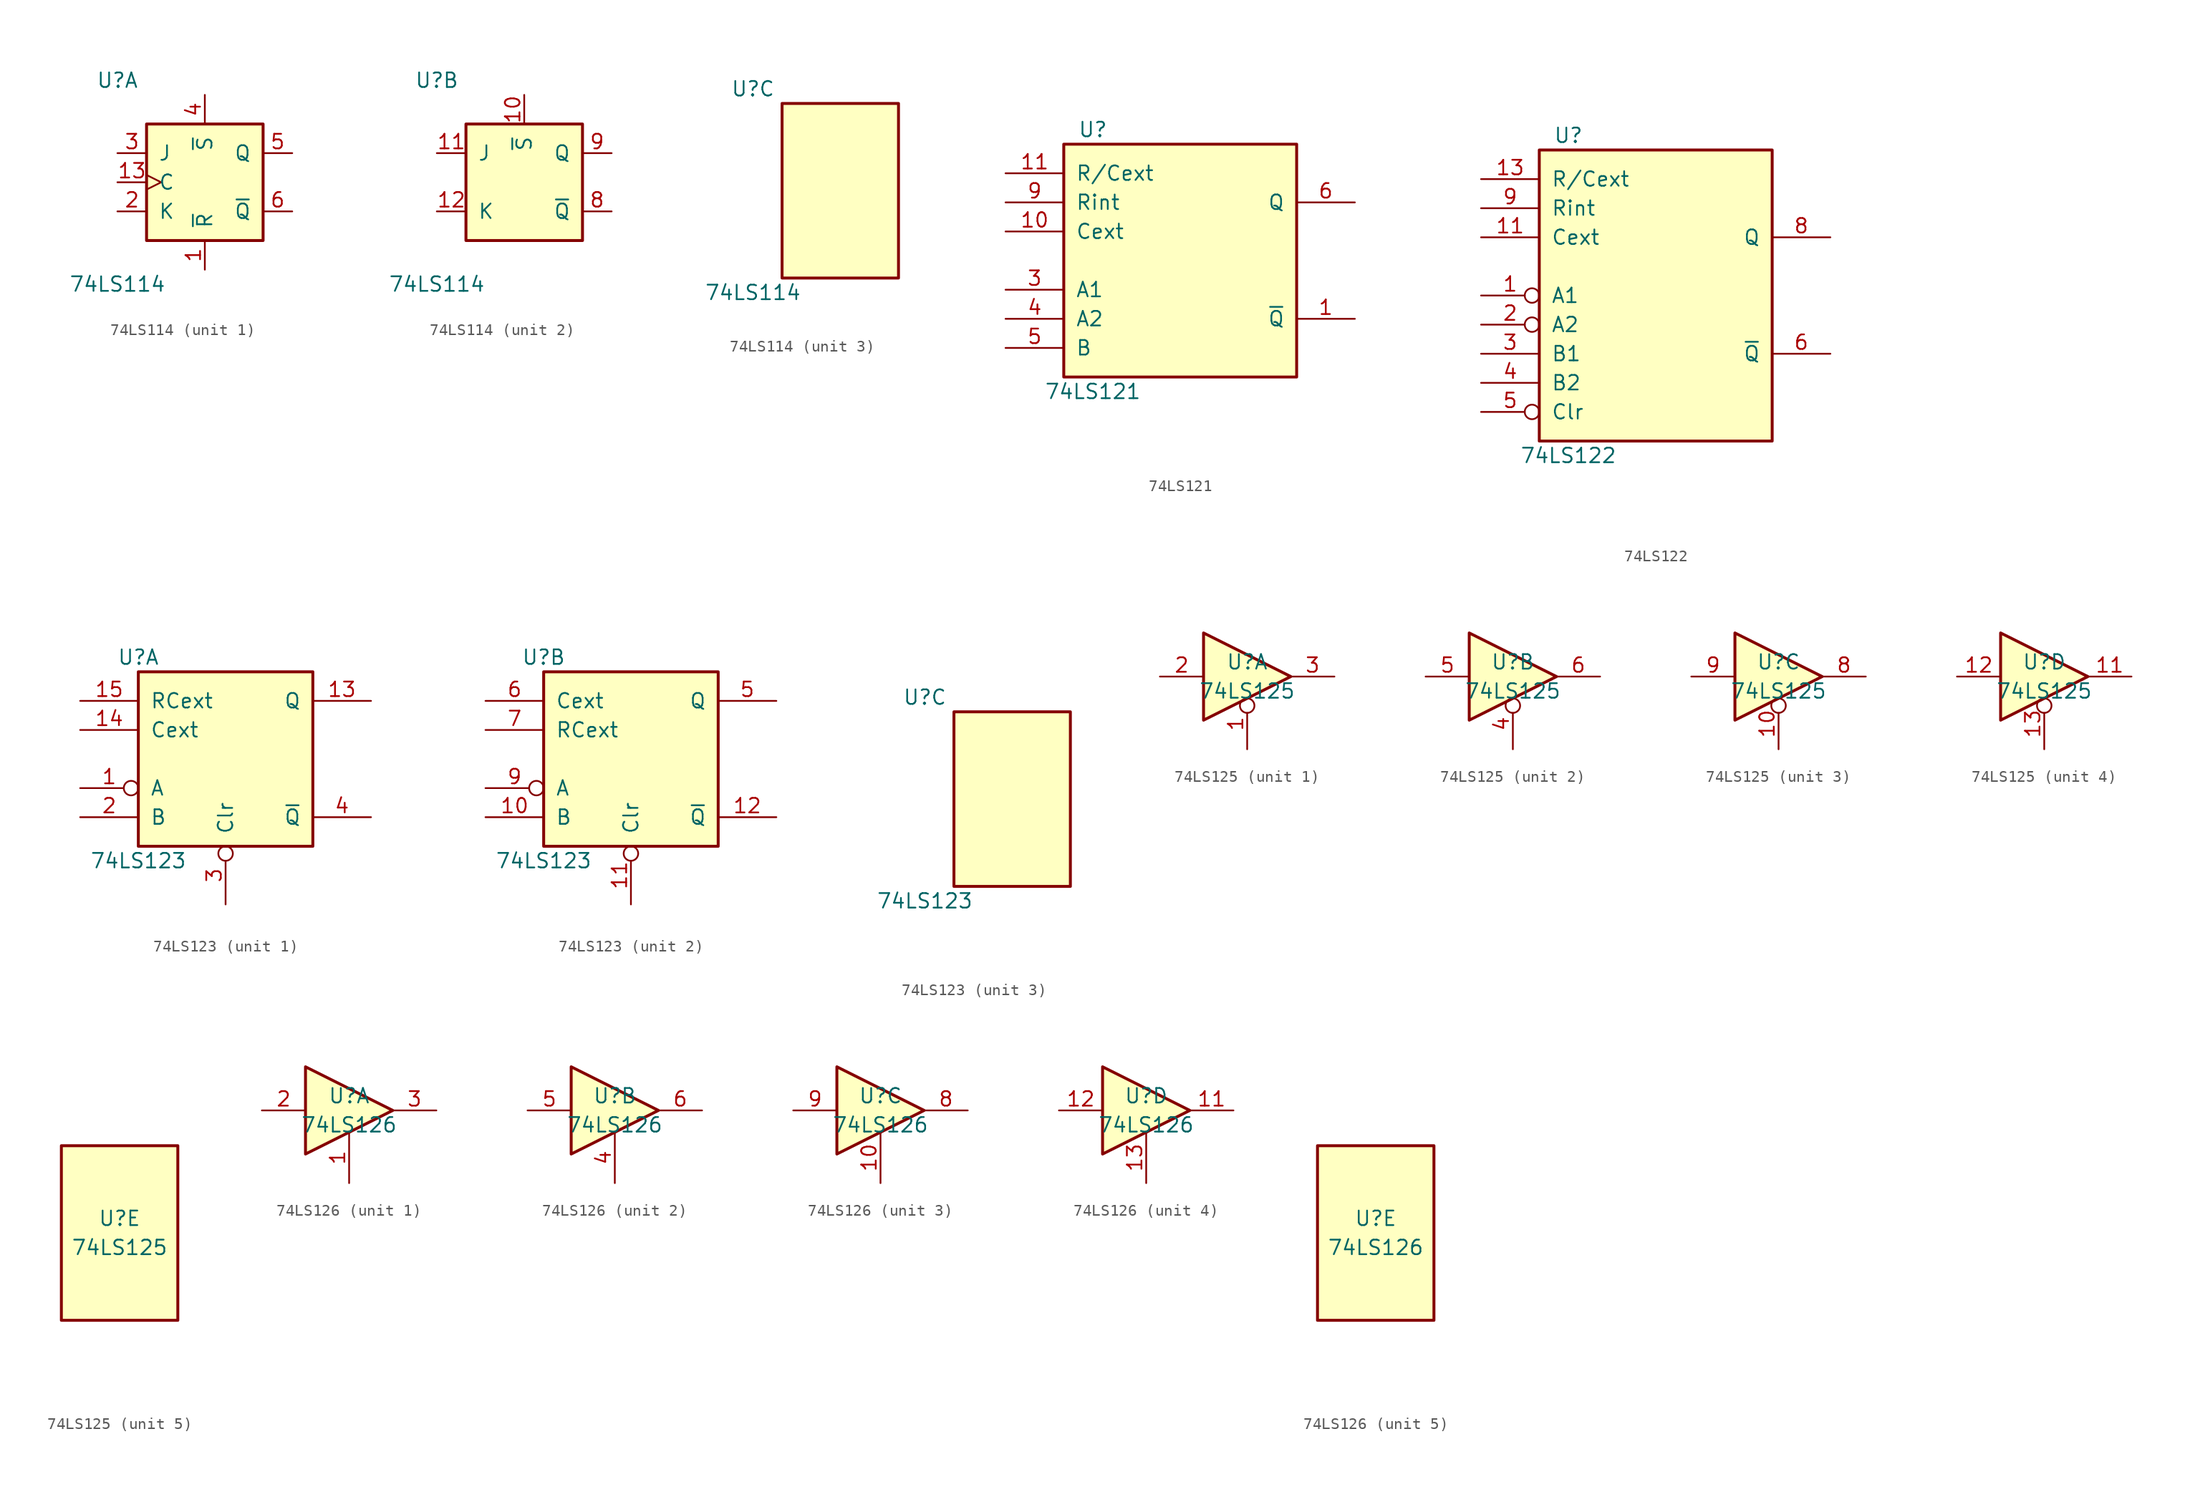
<source format=kicad_sym>
(kicad_symbol_lib
  (version 20231120)
  (generator "kicad_symbol_editor")
  (generator_version "8.0")
  (symbol "74LS114"
    (pin_names
      (offset 1.016))
    (property "Reference" "U"
      (at -7.62 8.89 0)
      (effects (font (size 1.27 1.27))))
    (property "Value" "74LS114"
      (at -7.62 -8.89 0)
      (effects (font (size 1.27 1.27))))
    (property "ki_locked" ""
      (at 0 0 0)
      (effects (font (size 1.27 1.27))))
    (symbol "74LS114_1_0"
      (pin input line (at 0 -7.62 90) (length 2.54) (name "~{R}" (effects (font (size 1.27 1.27)))) (number "1" (effects (font (size 1.27 1.27)))))
      (pin input clock (at -7.62 0 0) (length 2.54) (name "C" (effects (font (size 1.27 1.27)))) (number "13" (effects (font (size 1.27 1.27)))))
      (pin input line (at -7.62 -2.54 0) (length 2.54) (name "K" (effects (font (size 1.27 1.27)))) (number "2" (effects (font (size 1.27 1.27)))))
      (pin input line (at -7.62 2.54 0) (length 2.54) (name "J" (effects (font (size 1.27 1.27)))) (number "3" (effects (font (size 1.27 1.27)))))
      (pin input line (at 0 7.62 270) (length 2.54) (name "~{S}" (effects (font (size 1.27 1.27)))) (number "4" (effects (font (size 1.27 1.27)))))
      (pin output line (at 7.62 2.54 180) (length 2.54) (name "Q" (effects (font (size 1.27 1.27)))) (number "5" (effects (font (size 1.27 1.27)))))
      (pin output line (at 7.62 -2.54 180) (length 2.54) (name "~{Q}" (effects (font (size 1.27 1.27)))) (number "6" (effects (font (size 1.27 1.27))))))
    (symbol "74LS114_1_1"
      (rectangle (start -5.08 5.08) (end 5.08 -5.08) (stroke (width 0.254) (type default)) (fill (type background))))
    (symbol "74LS114_2_0"
      (pin input line (at 0 7.62 270) (length 2.54) (name "~{S}" (effects (font (size 1.27 1.27)))) (number "10" (effects (font (size 1.27 1.27)))))
      (pin input line (at -7.62 2.54 0) (length 2.54) (name "J" (effects (font (size 1.27 1.27)))) (number "11" (effects (font (size 1.27 1.27)))))
      (pin input line (at -7.62 -2.54 0) (length 2.54) (name "K" (effects (font (size 1.27 1.27)))) (number "12" (effects (font (size 1.27 1.27)))))
      (pin output line (at 7.62 -2.54 180) (length 2.54) (name "~{Q}" (effects (font (size 1.27 1.27)))) (number "8" (effects (font (size 1.27 1.27)))))
      (pin output line (at 7.62 2.54 180) (length 2.54) (name "Q" (effects (font (size 1.27 1.27)))) (number "9" (effects (font (size 1.27 1.27))))))
    (symbol "74LS114_2_1"
      (rectangle (start -5.08 5.08) (end 5.08 -5.08) (stroke (width 0.254) (type default)) (fill (type background))))
    (symbol "74LS114_3_0"
      (pin input line (at 0 10.16 270) (length 2.54) hide (name "VCC" (effects (font (size 1.27 1.27)))) (number "14" (effects (font (size 1.27 1.27)))))
      (pin input line (at 0 -10.16 90) (length 2.54) hide (name "GND" (effects (font (size 1.27 1.27)))) (number "7" (effects (font (size 1.27 1.27))))))
    (symbol "74LS114_3_1"
      (rectangle (start -5.08 7.62) (end 5.08 -7.62) (stroke (width 0.254) (type default)) (fill (type background)))))
  (symbol "74LS121"
    (pin_names
      (offset 1.016))
    (property "Reference" "U"
      (at -7.62 11.43 0)
      (effects (font (size 1.27 1.27))))
    (property "Value" "74LS121"
      (at -7.62 -11.43 0)
      (effects (font (size 1.27 1.27))))
    (property "ki_locked" ""
      (at 0 0 0)
      (effects (font (size 1.27 1.27))))
    (symbol "74LS121_1_0"
      (pin output line (at 15.24 -5.08 180) (length 5.08) (name "~{Q}" (effects (font (size 1.27 1.27)))) (number "1" (effects (font (size 1.27 1.27)))))
      (pin input line (at -15.24 2.54 0) (length 5.08) (name "Cext" (effects (font (size 1.27 1.27)))) (number "10" (effects (font (size 1.27 1.27)))))
      (pin input line (at -15.24 7.62 0) (length 5.08) (name "R/Cext" (effects (font (size 1.27 1.27)))) (number "11" (effects (font (size 1.27 1.27)))))
      (pin input line (at 0 15.24 270) (length 5.08) hide (name "VCC" (effects (font (size 1.27 1.27)))) (number "14" (effects (font (size 1.27 1.27)))))
      (pin input line (at -15.24 -2.54 0) (length 5.08) (name "A1" (effects (font (size 1.27 1.27)))) (number "3" (effects (font (size 1.27 1.27)))))
      (pin input line (at -15.24 -5.08 0) (length 5.08) (name "A2" (effects (font (size 1.27 1.27)))) (number "4" (effects (font (size 1.27 1.27)))))
      (pin input line (at -15.24 -7.62 0) (length 5.08) (name "B" (effects (font (size 1.27 1.27)))) (number "5" (effects (font (size 1.27 1.27)))))
      (pin output line (at 15.24 5.08 180) (length 5.08) (name "Q" (effects (font (size 1.27 1.27)))) (number "6" (effects (font (size 1.27 1.27)))))
      (pin input line (at 0 -15.24 90) (length 5.08) hide (name "GND" (effects (font (size 1.27 1.27)))) (number "7" (effects (font (size 1.27 1.27)))))
      (pin input line (at -15.24 5.08 0) (length 5.08) (name "Rint" (effects (font (size 1.27 1.27)))) (number "9" (effects (font (size 1.27 1.27))))))
    (symbol "74LS121_1_1"
      (rectangle (start -10.16 10.16) (end 10.16 -10.16) (stroke (width 0.254) (type default)) (fill (type background)))))
  (symbol "74LS122"
    (pin_names
      (offset 1.016))
    (property "Reference" "U"
      (at -7.62 13.97 0)
      (effects (font (size 1.27 1.27))))
    (property "Value" "74LS122"
      (at -7.62 -13.97 0)
      (effects (font (size 1.27 1.27))))
    (property "ki_locked" ""
      (at 0 0 0)
      (effects (font (size 1.27 1.27))))
    (symbol "74LS122_1_0"
      (pin input inverted (at -15.24 0 0) (length 5.08) (name "A1" (effects (font (size 1.27 1.27)))) (number "1" (effects (font (size 1.27 1.27)))))
      (pin input line (at -15.24 5.08 0) (length 5.08) (name "Cext" (effects (font (size 1.27 1.27)))) (number "11" (effects (font (size 1.27 1.27)))))
      (pin input line (at -15.24 10.16 0) (length 5.08) (name "R/Cext" (effects (font (size 1.27 1.27)))) (number "13" (effects (font (size 1.27 1.27)))))
      (pin input line (at 0 17.78 270) (length 5.08) hide (name "VCC" (effects (font (size 1.27 1.27)))) (number "14" (effects (font (size 1.27 1.27)))))
      (pin input inverted (at -15.24 -2.54 0) (length 5.08) (name "A2" (effects (font (size 1.27 1.27)))) (number "2" (effects (font (size 1.27 1.27)))))
      (pin input line (at -15.24 -5.08 0) (length 5.08) (name "B1" (effects (font (size 1.27 1.27)))) (number "3" (effects (font (size 1.27 1.27)))))
      (pin input line (at -15.24 -7.62 0) (length 5.08) (name "B2" (effects (font (size 1.27 1.27)))) (number "4" (effects (font (size 1.27 1.27)))))
      (pin input inverted (at -15.24 -10.16 0) (length 5.08) (name "Clr" (effects (font (size 1.27 1.27)))) (number "5" (effects (font (size 1.27 1.27)))))
      (pin output line (at 15.24 -5.08 180) (length 5.08) (name "~{Q}" (effects (font (size 1.27 1.27)))) (number "6" (effects (font (size 1.27 1.27)))))
      (pin input line (at 0 -17.78 90) (length 5.08) hide (name "GND" (effects (font (size 1.27 1.27)))) (number "7" (effects (font (size 1.27 1.27)))))
      (pin output line (at 15.24 5.08 180) (length 5.08) (name "Q" (effects (font (size 1.27 1.27)))) (number "8" (effects (font (size 1.27 1.27)))))
      (pin input line (at -15.24 7.62 0) (length 5.08) (name "Rint" (effects (font (size 1.27 1.27)))) (number "9" (effects (font (size 1.27 1.27))))))
    (symbol "74LS122_1_1"
      (rectangle (start -10.16 12.7) (end 10.16 -12.7) (stroke (width 0.254) (type default)) (fill (type background)))))
  (symbol "74LS123"
    (pin_names
      (offset 1.016))
    (property "Reference" "U"
      (at -7.62 8.89 0)
      (effects (font (size 1.27 1.27))))
    (property "Value" "74LS123"
      (at -7.62 -8.89 0)
      (effects (font (size 1.27 1.27))))
    (property "ki_locked" ""
      (at 0 0 0)
      (effects (font (size 1.27 1.27))))
    (symbol "74LS123_1_0"
      (pin input inverted (at -12.7 -2.54 0) (length 5.08) (name "A" (effects (font (size 1.27 1.27)))) (number "1" (effects (font (size 1.27 1.27)))))
      (pin output line (at 12.7 5.08 180) (length 5.08) (name "Q" (effects (font (size 1.27 1.27)))) (number "13" (effects (font (size 1.27 1.27)))))
      (pin input line (at -12.7 2.54 0) (length 5.08) (name "Cext" (effects (font (size 1.27 1.27)))) (number "14" (effects (font (size 1.27 1.27)))))
      (pin input line (at -12.7 5.08 0) (length 5.08) (name "RCext" (effects (font (size 1.27 1.27)))) (number "15" (effects (font (size 1.27 1.27)))))
      (pin input line (at -12.7 -5.08 0) (length 5.08) (name "B" (effects (font (size 1.27 1.27)))) (number "2" (effects (font (size 1.27 1.27)))))
      (pin input inverted (at 0 -12.7 90) (length 5.08) (name "Clr" (effects (font (size 1.27 1.27)))) (number "3" (effects (font (size 1.27 1.27)))))
      (pin output line (at 12.7 -5.08 180) (length 5.08) (name "~{Q}" (effects (font (size 1.27 1.27)))) (number "4" (effects (font (size 1.27 1.27))))))
    (symbol "74LS123_1_1"
      (rectangle (start -7.62 7.62) (end 7.62 -7.62) (stroke (width 0.254) (type default)) (fill (type background))))
    (symbol "74LS123_2_0"
      (pin input line (at -12.7 -5.08 0) (length 5.08) (name "B" (effects (font (size 1.27 1.27)))) (number "10" (effects (font (size 1.27 1.27)))))
      (pin input inverted (at 0 -12.7 90) (length 5.08) (name "Clr" (effects (font (size 1.27 1.27)))) (number "11" (effects (font (size 1.27 1.27)))))
      (pin output line (at 12.7 -5.08 180) (length 5.08) (name "~{Q}" (effects (font (size 1.27 1.27)))) (number "12" (effects (font (size 1.27 1.27)))))
      (pin output line (at 12.7 5.08 180) (length 5.08) (name "Q" (effects (font (size 1.27 1.27)))) (number "5" (effects (font (size 1.27 1.27)))))
      (pin input line (at -12.7 5.08 0) (length 5.08) (name "Cext" (effects (font (size 1.27 1.27)))) (number "6" (effects (font (size 1.27 1.27)))))
      (pin input line (at -12.7 2.54 0) (length 5.08) (name "RCext" (effects (font (size 1.27 1.27)))) (number "7" (effects (font (size 1.27 1.27)))))
      (pin input inverted (at -12.7 -2.54 0) (length 5.08) (name "A" (effects (font (size 1.27 1.27)))) (number "9" (effects (font (size 1.27 1.27))))))
    (symbol "74LS123_2_1"
      (rectangle (start -7.62 7.62) (end 7.62 -7.62) (stroke (width 0.254) (type default)) (fill (type background))))
    (symbol "74LS123_3_0"
      (pin input line (at 0 12.7 270) (length 5.08) hide (name "VCC" (effects (font (size 1.27 1.27)))) (number "16" (effects (font (size 1.27 1.27)))))
      (pin input line (at 0 -12.7 90) (length 5.08) hide (name "GND" (effects (font (size 1.27 1.27)))) (number "8" (effects (font (size 1.27 1.27))))))
    (symbol "74LS123_3_1"
      (rectangle (start -5.08 7.62) (end 5.08 -7.62) (stroke (width 0.254) (type default)) (fill (type background)))))
  (symbol "74LS125"
    (pin_names
      (offset 1.016))
    (property "Reference" "U"
      (at 0 1.27 0)
      (effects (font (size 1.27 1.27))))
    (property "Value" "74LS125"
      (at 0 -1.27 0)
      (effects (font (size 1.27 1.27))))
    (property "ki_locked" ""
      (at 0 0 0)
      (effects (font (size 1.27 1.27))))
    (symbol "74LS125_1_0"
      (polyline (pts (xy -3.81 3.81) (xy -3.81 -3.81) (xy 3.81 0) (xy -3.81 3.81)) (stroke (width 0.254) (type default)) (fill (type background)))
      (pin input inverted (at 0 -6.35 90) (length 4.445) (name "~" (effects (font (size 1.27 1.27)))) (number "1" (effects (font (size 1.27 1.27)))))
      (pin input line (at -7.62 0 0) (length 3.81) (name "~" (effects (font (size 1.27 1.27)))) (number "2" (effects (font (size 1.27 1.27)))))
      (pin tri_state line (at 7.62 0 180) (length 3.81) (name "~" (effects (font (size 1.27 1.27)))) (number "3" (effects (font (size 1.27 1.27))))))
    (symbol "74LS125_2_0"
      (polyline (pts (xy -3.81 3.81) (xy -3.81 -3.81) (xy 3.81 0) (xy -3.81 3.81)) (stroke (width 0.254) (type default)) (fill (type background)))
      (pin input inverted (at 0 -6.35 90) (length 4.445) (name "~" (effects (font (size 1.27 1.27)))) (number "4" (effects (font (size 1.27 1.27)))))
      (pin input line (at -7.62 0 0) (length 3.81) (name "~" (effects (font (size 1.27 1.27)))) (number "5" (effects (font (size 1.27 1.27)))))
      (pin tri_state line (at 7.62 0 180) (length 3.81) (name "~" (effects (font (size 1.27 1.27)))) (number "6" (effects (font (size 1.27 1.27))))))
    (symbol "74LS125_3_0"
      (polyline (pts (xy -3.81 3.81) (xy -3.81 -3.81) (xy 3.81 0) (xy -3.81 3.81)) (stroke (width 0.254) (type default)) (fill (type background)))
      (pin input inverted (at 0 -6.35 90) (length 4.445) (name "~" (effects (font (size 1.27 1.27)))) (number "10" (effects (font (size 1.27 1.27)))))
      (pin tri_state line (at 7.62 0 180) (length 3.81) (name "~" (effects (font (size 1.27 1.27)))) (number "8" (effects (font (size 1.27 1.27)))))
      (pin input line (at -7.62 0 0) (length 3.81) (name "~" (effects (font (size 1.27 1.27)))) (number "9" (effects (font (size 1.27 1.27))))))
    (symbol "74LS125_4_0"
      (polyline (pts (xy -3.81 3.81) (xy -3.81 -3.81) (xy 3.81 0) (xy -3.81 3.81)) (stroke (width 0.254) (type default)) (fill (type background)))
      (pin tri_state line (at 7.62 0 180) (length 3.81) (name "~" (effects (font (size 1.27 1.27)))) (number "11" (effects (font (size 1.27 1.27)))))
      (pin input line (at -7.62 0 0) (length 3.81) (name "~" (effects (font (size 1.27 1.27)))) (number "12" (effects (font (size 1.27 1.27)))))
      (pin input inverted (at 0 -6.35 90) (length 4.445) (name "~" (effects (font (size 1.27 1.27)))) (number "13" (effects (font (size 1.27 1.27))))))
    (symbol "74LS125_5_0"
      (pin input line (at 0 12.7 270) (length 5.08) hide (name "VCC" (effects (font (size 1.27 1.27)))) (number "14" (effects (font (size 1.27 1.27)))))
      (pin input line (at 0 -12.7 90) (length 5.08) hide (name "GND" (effects (font (size 1.27 1.27)))) (number "7" (effects (font (size 1.27 1.27))))))
    (symbol "74LS125_5_1"
      (rectangle (start -5.08 7.62) (end 5.08 -7.62) (stroke (width 0.254) (type default)) (fill (type background)))))
  (symbol "74LS126"
    (pin_names
      (offset 1.016))
    (property "Reference" "U"
      (at 0 1.27 0)
      (effects (font (size 1.27 1.27))))
    (property "Value" "74LS126"
      (at 0 -1.27 0)
      (effects (font (size 1.27 1.27))))
    (property "ki_locked" ""
      (at 0 0 0)
      (effects (font (size 1.27 1.27))))
    (symbol "74LS126_1_0"
      (polyline (pts (xy -3.81 3.81) (xy -3.81 -3.81) (xy 3.81 0) (xy -3.81 3.81)) (stroke (width 0.254) (type default)) (fill (type background)))
      (pin input line (at 0 -6.35 90) (length 4.445) (name "~" (effects (font (size 1.27 1.27)))) (number "1" (effects (font (size 1.27 1.27)))))
      (pin input line (at -7.62 0 0) (length 3.81) (name "~" (effects (font (size 1.27 1.27)))) (number "2" (effects (font (size 1.27 1.27)))))
      (pin tri_state line (at 7.62 0 180) (length 3.81) (name "~" (effects (font (size 1.27 1.27)))) (number "3" (effects (font (size 1.27 1.27))))))
    (symbol "74LS126_2_0"
      (polyline (pts (xy -3.81 3.81) (xy -3.81 -3.81) (xy 3.81 0) (xy -3.81 3.81)) (stroke (width 0.254) (type default)) (fill (type background)))
      (pin input line (at 0 -6.35 90) (length 4.445) (name "~" (effects (font (size 1.27 1.27)))) (number "4" (effects (font (size 1.27 1.27)))))
      (pin input line (at -7.62 0 0) (length 3.81) (name "~" (effects (font (size 1.27 1.27)))) (number "5" (effects (font (size 1.27 1.27)))))
      (pin tri_state line (at 7.62 0 180) (length 3.81) (name "~" (effects (font (size 1.27 1.27)))) (number "6" (effects (font (size 1.27 1.27))))))
    (symbol "74LS126_3_0"
      (polyline (pts (xy -3.81 3.81) (xy -3.81 -3.81) (xy 3.81 0) (xy -3.81 3.81)) (stroke (width 0.254) (type default)) (fill (type background)))
      (pin input line (at 0 -6.35 90) (length 4.445) (name "~" (effects (font (size 1.27 1.27)))) (number "10" (effects (font (size 1.27 1.27)))))
      (pin tri_state line (at 7.62 0 180) (length 3.81) (name "~" (effects (font (size 1.27 1.27)))) (number "8" (effects (font (size 1.27 1.27)))))
      (pin input line (at -7.62 0 0) (length 3.81) (name "~" (effects (font (size 1.27 1.27)))) (number "9" (effects (font (size 1.27 1.27))))))
    (symbol "74LS126_4_0"
      (polyline (pts (xy -3.81 3.81) (xy -3.81 -3.81) (xy 3.81 0) (xy -3.81 3.81)) (stroke (width 0.254) (type default)) (fill (type background)))
      (pin tri_state line (at 7.62 0 180) (length 3.81) (name "~" (effects (font (size 1.27 1.27)))) (number "11" (effects (font (size 1.27 1.27)))))
      (pin input line (at -7.62 0 0) (length 3.81) (name "~" (effects (font (size 1.27 1.27)))) (number "12" (effects (font (size 1.27 1.27)))))
      (pin input line (at 0 -6.35 90) (length 4.445) (name "~" (effects (font (size 1.27 1.27)))) (number "13" (effects (font (size 1.27 1.27))))))
    (symbol "74LS126_5_0"
      (pin input line (at 0 12.7 270) (length 5.08) hide (name "VCC" (effects (font (size 1.27 1.27)))) (number "14" (effects (font (size 1.27 1.27)))))
      (pin input line (at 0 -12.7 90) (length 5.08) hide (name "GND" (effects (font (size 1.27 1.27)))) (number "7" (effects (font (size 1.27 1.27))))))
    (symbol "74LS126_5_1"
      (rectangle (start -5.08 7.62) (end 5.08 -7.62) (stroke (width 0.254) (type default)) (fill (type background))))))
</source>
